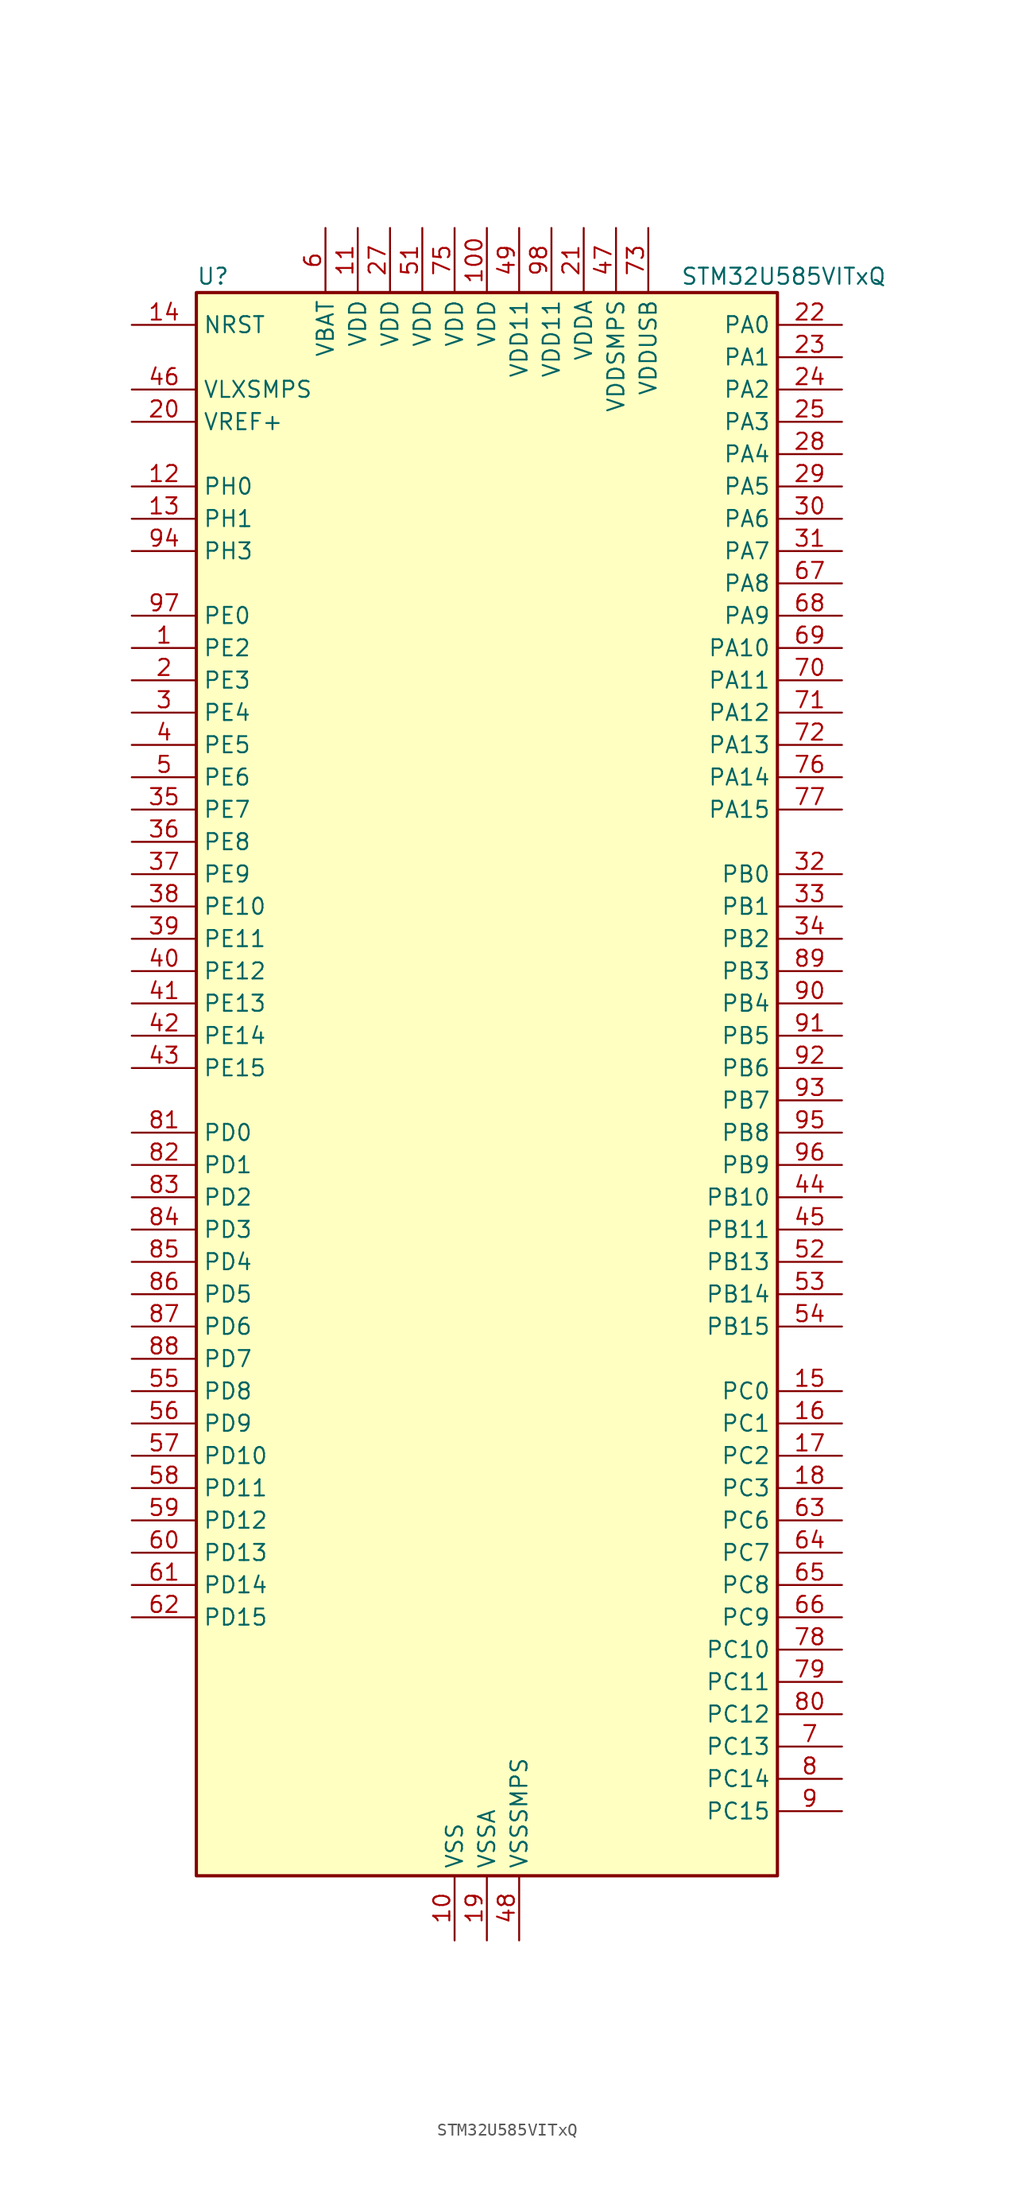
<source format=kicad_sym>
(kicad_symbol_lib
  (version 20220914)
  (generator kicad_symbol_editor)
  (symbol "STM32U585VITxQ"
    (property "Reference" "U"
      (at -22.86 64.77 0)
      (effects (font (size 1.27 1.27)) (justify left)))
    (property "Value" "STM32U585VITxQ"
      (at 15.24 64.77 0)
      (effects (font (size 1.27 1.27)) (justify left)))
    (property "ki_locked" ""
      (at 0 0 0)
      (effects (font (size 1.27 1.27))))
    (symbol "STM32U585VITxQ_0_1"
      (rectangle (start -22.86 -60.96) (end 22.86 63.5) (stroke (width 0.254) (type default)) (fill (type background))))
    (symbol "STM32U585VITxQ_1_1"
      (pin bidirectional line (at -27.94 35.56 0) (length 5.08) (name "PE2" (effects (font (size 1.27 1.27)))) (number "1" (effects (font (size 1.27 1.27)))) (alternate "DEBUG_TRACECLK" bidirectional line) (alternate "FMC_A23" bidirectional line) (alternate "SAI1_CK1" bidirectional line) (alternate "SAI1_MCLK_A" bidirectional line) (alternate "TIM3_ETR" bidirectional line) (alternate "TSC_G7_IO1" bidirectional line))
      (pin power_in line (at -2.54 -66.04 90) (length 5.08) (name "VSS" (effects (font (size 1.27 1.27)))) (number "10" (effects (font (size 1.27 1.27)))))
      (pin power_in line (at 0 68.58 270) (length 5.08) (name "VDD" (effects (font (size 1.27 1.27)))) (number "100" (effects (font (size 1.27 1.27)))))
      (pin power_in line (at -10.16 68.58 270) (length 5.08) (name "VDD" (effects (font (size 1.27 1.27)))) (number "11" (effects (font (size 1.27 1.27)))))
      (pin bidirectional line (at -27.94 48.26 0) (length 5.08) (name "PH0" (effects (font (size 1.27 1.27)))) (number "12" (effects (font (size 1.27 1.27)))) (alternate "RCC_OSC_IN" bidirectional line))
      (pin bidirectional line (at -27.94 45.72 0) (length 5.08) (name "PH1" (effects (font (size 1.27 1.27)))) (number "13" (effects (font (size 1.27 1.27)))) (alternate "RCC_OSC_OUT" bidirectional line))
      (pin input line (at -27.94 60.96 0) (length 5.08) (name "NRST" (effects (font (size 1.27 1.27)))) (number "14" (effects (font (size 1.27 1.27)))))
      (pin bidirectional line (at 27.94 -22.86 180) (length 5.08) (name "PC0" (effects (font (size 1.27 1.27)))) (number "15" (effects (font (size 1.27 1.27)))) (alternate "ADC1_IN1" bidirectional line) (alternate "ADC4_IN1" bidirectional line) (alternate "I2C3_SCL" bidirectional line) (alternate "LPTIM1_IN1" bidirectional line) (alternate "LPTIM2_IN1" bidirectional line) (alternate "LPUART1_RX" bidirectional line) (alternate "MDF1_SDI4" bidirectional line) (alternate "OCTOSPIM_P1_IO7" bidirectional line) (alternate "SAI2_FS_A" bidirectional line) (alternate "SDMMC1_D5" bidirectional line) (alternate "SPI2_RDY" bidirectional line))
      (pin bidirectional line (at 27.94 -25.4 180) (length 5.08) (name "PC1" (effects (font (size 1.27 1.27)))) (number "16" (effects (font (size 1.27 1.27)))) (alternate "ADC1_IN2" bidirectional line) (alternate "ADC4_IN2" bidirectional line) (alternate "DEBUG_TRACED0" bidirectional line) (alternate "I2C3_SDA" bidirectional line) (alternate "LPTIM1_CH1" bidirectional line) (alternate "LPUART1_TX" bidirectional line) (alternate "MDF1_CKI4" bidirectional line) (alternate "OCTOSPIM_P1_IO4" bidirectional line) (alternate "SAI1_SD_A" bidirectional line) (alternate "SDMMC2_CK" bidirectional line) (alternate "SPI2_MOSI" bidirectional line))
      (pin bidirectional line (at 27.94 -27.94 180) (length 5.08) (name "PC2" (effects (font (size 1.27 1.27)))) (number "17" (effects (font (size 1.27 1.27)))) (alternate "ADC1_IN3" bidirectional line) (alternate "ADC4_IN3" bidirectional line) (alternate "LPTIM1_IN2" bidirectional line) (alternate "MDF1_CCK1" bidirectional line) (alternate "OCTOSPIM_P1_IO5" bidirectional line) (alternate "SPI2_MISO" bidirectional line))
      (pin bidirectional line (at 27.94 -30.48 180) (length 5.08) (name "PC3" (effects (font (size 1.27 1.27)))) (number "18" (effects (font (size 1.27 1.27)))) (alternate "ADC1_IN4" bidirectional line) (alternate "ADC4_IN4" bidirectional line) (alternate "LPTIM1_ETR" bidirectional line) (alternate "LPTIM2_ETR" bidirectional line) (alternate "LPTIM3_CH1" bidirectional line) (alternate "OCTOSPIM_P1_IO6" bidirectional line) (alternate "SAI1_D1" bidirectional line) (alternate "SAI1_SD_A" bidirectional line) (alternate "SPI2_MOSI" bidirectional line))
      (pin power_in line (at 0 -66.04 90) (length 5.08) (name "VSSA" (effects (font (size 1.27 1.27)))) (number "19" (effects (font (size 1.27 1.27)))))
      (pin bidirectional line (at -27.94 33.02 0) (length 5.08) (name "PE3" (effects (font (size 1.27 1.27)))) (number "2" (effects (font (size 1.27 1.27)))) (alternate "DEBUG_TRACED0" bidirectional line) (alternate "FMC_A19" bidirectional line) (alternate "OCTOSPIM_P1_DQS" bidirectional line) (alternate "SAI1_SD_B" bidirectional line) (alternate "TAMP_IN6" bidirectional line) (alternate "TAMP_OUT3" bidirectional line) (alternate "TIM3_CH1" bidirectional line) (alternate "TSC_G7_IO2" bidirectional line))
      (pin input line (at -27.94 53.34 0) (length 5.08) (name "VREF+" (effects (font (size 1.27 1.27)))) (number "20" (effects (font (size 1.27 1.27)))) (alternate "VREFBUF_OUT" bidirectional line))
      (pin power_in line (at 7.62 68.58 270) (length 5.08) (name "VDDA" (effects (font (size 1.27 1.27)))) (number "21" (effects (font (size 1.27 1.27)))))
      (pin bidirectional line (at 27.94 60.96 180) (length 5.08) (name "PA0" (effects (font (size 1.27 1.27)))) (number "22" (effects (font (size 1.27 1.27)))) (alternate "ADC1_IN5" bidirectional line) (alternate "AUDIOCLK" bidirectional line) (alternate "OCTOSPIM_P2_NCS" bidirectional line) (alternate "OPAMP1_VINP" bidirectional line) (alternate "PWR_WKUP1" bidirectional line) (alternate "SDMMC2_CMD" bidirectional line) (alternate "SPI3_RDY" bidirectional line) (alternate "TAMP_IN2" bidirectional line) (alternate "TAMP_OUT1" bidirectional line) (alternate "TIM2_CH1" bidirectional line) (alternate "TIM2_ETR" bidirectional line) (alternate "TIM5_CH1" bidirectional line) (alternate "TIM8_ETR" bidirectional line) (alternate "UART4_TX" bidirectional line) (alternate "USART2_CTS" bidirectional line))
      (pin bidirectional line (at 27.94 58.42 180) (length 5.08) (name "PA1" (effects (font (size 1.27 1.27)))) (number "23" (effects (font (size 1.27 1.27)))) (alternate "ADC1_IN6" bidirectional line) (alternate "I2C1_SMBA" bidirectional line) (alternate "LPTIM1_CH2" bidirectional line) (alternate "OCTOSPIM_P1_DQS" bidirectional line) (alternate "OPAMP1_VINM" bidirectional line) (alternate "PWR_WKUP3" bidirectional line) (alternate "SPI1_SCK" bidirectional line) (alternate "TAMP_IN5" bidirectional line) (alternate "TAMP_OUT4" bidirectional line) (alternate "TIM15_CH1N" bidirectional line) (alternate "TIM2_CH2" bidirectional line) (alternate "TIM5_CH2" bidirectional line) (alternate "UART4_RX" bidirectional line) (alternate "USART2_DE" bidirectional line) (alternate "USART2_RTS" bidirectional line))
      (pin bidirectional line (at 27.94 55.88 180) (length 5.08) (name "PA2" (effects (font (size 1.27 1.27)))) (number "24" (effects (font (size 1.27 1.27)))) (alternate "ADC1_IN7" bidirectional line) (alternate "COMP1_INP" bidirectional line) (alternate "LPUART1_TX" bidirectional line) (alternate "OCTOSPIM_P1_NCS" bidirectional line) (alternate "PWR_WKUP4" bidirectional line) (alternate "RCC_LSCO" bidirectional line) (alternate "SPI1_RDY" bidirectional line) (alternate "TIM15_CH1" bidirectional line) (alternate "TIM2_CH3" bidirectional line) (alternate "TIM5_CH3" bidirectional line) (alternate "UCPD1_FRSTX1" bidirectional line) (alternate "USART2_TX" bidirectional line))
      (pin bidirectional line (at 27.94 53.34 180) (length 5.08) (name "PA3" (effects (font (size 1.27 1.27)))) (number "25" (effects (font (size 1.27 1.27)))) (alternate "ADC1_IN8" bidirectional line) (alternate "LPUART1_RX" bidirectional line) (alternate "OCTOSPIM_P1_CLK" bidirectional line) (alternate "OPAMP1_VOUT" bidirectional line) (alternate "PWR_WKUP5" bidirectional line) (alternate "SAI1_CK1" bidirectional line) (alternate "SAI1_MCLK_A" bidirectional line) (alternate "TIM15_CH2" bidirectional line) (alternate "TIM2_CH4" bidirectional line) (alternate "TIM5_CH4" bidirectional line) (alternate "USART2_RX" bidirectional line))
      (pin passive line (at -2.54 -66.04 90) (length 5.08) hide (name "VSS" (effects (font (size 1.27 1.27)))) (number "26" (effects (font (size 1.27 1.27)))))
      (pin power_in line (at -7.62 68.58 270) (length 5.08) (name "VDD" (effects (font (size 1.27 1.27)))) (number "27" (effects (font (size 1.27 1.27)))))
      (pin bidirectional line (at 27.94 50.8 180) (length 5.08) (name "PA4" (effects (font (size 1.27 1.27)))) (number "28" (effects (font (size 1.27 1.27)))) (alternate "ADC1_IN9" bidirectional line) (alternate "ADC4_IN9" bidirectional line) (alternate "DAC1_OUT1" bidirectional line) (alternate "DCMI_HSYNC" bidirectional line) (alternate "LPTIM2_CH1" bidirectional line) (alternate "OCTOSPIM_P1_NCS" bidirectional line) (alternate "PSSI_DE" bidirectional line) (alternate "PWR_WKUP2" bidirectional line) (alternate "SAI1_FS_B" bidirectional line) (alternate "SPI1_NSS" bidirectional line) (alternate "SPI3_NSS" bidirectional line) (alternate "USART2_CK" bidirectional line))
      (pin bidirectional line (at 27.94 48.26 180) (length 5.08) (name "PA5" (effects (font (size 1.27 1.27)))) (number "29" (effects (font (size 1.27 1.27)))) (alternate "ADC1_IN10" bidirectional line) (alternate "ADC4_IN10" bidirectional line) (alternate "DAC1_OUT2" bidirectional line) (alternate "LPTIM2_ETR" bidirectional line) (alternate "PSSI_D14" bidirectional line) (alternate "PWR_CSLEEP" bidirectional line) (alternate "PWR_WKUP6" bidirectional line) (alternate "SPI1_SCK" bidirectional line) (alternate "TIM2_CH1" bidirectional line) (alternate "TIM2_ETR" bidirectional line) (alternate "TIM8_CH1N" bidirectional line) (alternate "USART3_RX" bidirectional line))
      (pin bidirectional line (at -27.94 30.48 0) (length 5.08) (name "PE4" (effects (font (size 1.27 1.27)))) (number "3" (effects (font (size 1.27 1.27)))) (alternate "DCMI_D4" bidirectional line) (alternate "DEBUG_TRACED1" bidirectional line) (alternate "FMC_A20" bidirectional line) (alternate "MDF1_SDI3" bidirectional line) (alternate "PSSI_D4" bidirectional line) (alternate "PWR_WKUP1" bidirectional line) (alternate "SAI1_D2" bidirectional line) (alternate "SAI1_FS_A" bidirectional line) (alternate "TAMP_IN7" bidirectional line) (alternate "TAMP_OUT8" bidirectional line) (alternate "TIM3_CH2" bidirectional line) (alternate "TSC_G7_IO3" bidirectional line))
      (pin bidirectional line (at 27.94 45.72 180) (length 5.08) (name "PA6" (effects (font (size 1.27 1.27)))) (number "30" (effects (font (size 1.27 1.27)))) (alternate "ADC1_IN11" bidirectional line) (alternate "ADC4_IN11" bidirectional line) (alternate "DCMI_PIXCLK" bidirectional line) (alternate "LPUART1_CTS" bidirectional line) (alternate "OCTOSPIM_P1_IO3" bidirectional line) (alternate "OPAMP2_VINP" bidirectional line) (alternate "PSSI_PDCK" bidirectional line) (alternate "PWR_CDSTOP" bidirectional line) (alternate "PWR_WKUP7" bidirectional line) (alternate "SPI1_MISO" bidirectional line) (alternate "TIM16_CH1" bidirectional line) (alternate "TIM1_BKIN" bidirectional line) (alternate "TIM3_CH1" bidirectional line) (alternate "TIM8_BKIN" bidirectional line) (alternate "USART3_CTS" bidirectional line))
      (pin bidirectional line (at 27.94 43.18 180) (length 5.08) (name "PA7" (effects (font (size 1.27 1.27)))) (number "31" (effects (font (size 1.27 1.27)))) (alternate "ADC1_IN12" bidirectional line) (alternate "ADC4_IN20" bidirectional line) (alternate "I2C3_SCL" bidirectional line) (alternate "LPTIM2_CH2" bidirectional line) (alternate "OCTOSPIM_P1_IO2" bidirectional line) (alternate "OPAMP2_VINM" bidirectional line) (alternate "PWR_SRDSTOP" bidirectional line) (alternate "PWR_WKUP8" bidirectional line) (alternate "SPI1_MOSI" bidirectional line) (alternate "TIM17_CH1" bidirectional line) (alternate "TIM1_CH1N" bidirectional line) (alternate "TIM3_CH2" bidirectional line) (alternate "TIM8_CH1N" bidirectional line) (alternate "USART3_TX" bidirectional line))
      (pin bidirectional line (at 27.94 17.78 180) (length 5.08) (name "PB0" (effects (font (size 1.27 1.27)))) (number "32" (effects (font (size 1.27 1.27)))) (alternate "ADC1_IN15" bidirectional line) (alternate "ADC4_IN18" bidirectional line) (alternate "AUDIOCLK" bidirectional line) (alternate "COMP1_OUT" bidirectional line) (alternate "LPTIM3_CH1" bidirectional line) (alternate "OCTOSPIM_P1_IO1" bidirectional line) (alternate "OPAMP2_VOUT" bidirectional line) (alternate "SPI1_NSS" bidirectional line) (alternate "TIM1_CH2N" bidirectional line) (alternate "TIM3_CH3" bidirectional line) (alternate "TIM8_CH2N" bidirectional line) (alternate "USART3_CK" bidirectional line))
      (pin bidirectional line (at 27.94 15.24 180) (length 5.08) (name "PB1" (effects (font (size 1.27 1.27)))) (number "33" (effects (font (size 1.27 1.27)))) (alternate "ADC1_IN16" bidirectional line) (alternate "ADC4_IN19" bidirectional line) (alternate "COMP1_INM" bidirectional line) (alternate "LPTIM2_IN1" bidirectional line) (alternate "LPTIM3_CH2" bidirectional line) (alternate "LPUART1_DE" bidirectional line) (alternate "LPUART1_RTS" bidirectional line) (alternate "MDF1_SDI0" bidirectional line) (alternate "OCTOSPIM_P1_IO0" bidirectional line) (alternate "PWR_WKUP4" bidirectional line) (alternate "TIM1_CH3N" bidirectional line) (alternate "TIM3_CH4" bidirectional line) (alternate "TIM8_CH3N" bidirectional line) (alternate "USART3_DE" bidirectional line) (alternate "USART3_RTS" bidirectional line))
      (pin bidirectional line (at 27.94 12.7 180) (length 5.08) (name "PB2" (effects (font (size 1.27 1.27)))) (number "34" (effects (font (size 1.27 1.27)))) (alternate "ADC1_IN17" bidirectional line) (alternate "COMP1_INP" bidirectional line) (alternate "I2C3_SMBA" bidirectional line) (alternate "LPTIM1_CH1" bidirectional line) (alternate "MDF1_CKI0" bidirectional line) (alternate "OCTOSPIM_P1_DQS" bidirectional line) (alternate "PWR_WKUP1" bidirectional line) (alternate "RTC_OUT2" bidirectional line) (alternate "SPI1_RDY" bidirectional line) (alternate "TIM8_CH4N" bidirectional line) (alternate "UCPD1_FRSTX1" bidirectional line))
      (pin bidirectional line (at -27.94 22.86 0) (length 5.08) (name "PE7" (effects (font (size 1.27 1.27)))) (number "35" (effects (font (size 1.27 1.27)))) (alternate "FMC_D4" bidirectional line) (alternate "FMC_DA4" bidirectional line) (alternate "MDF1_SDI2" bidirectional line) (alternate "PWR_WKUP6" bidirectional line) (alternate "SAI1_SD_B" bidirectional line) (alternate "TIM1_ETR" bidirectional line))
      (pin bidirectional line (at -27.94 20.32 0) (length 5.08) (name "PE8" (effects (font (size 1.27 1.27)))) (number "36" (effects (font (size 1.27 1.27)))) (alternate "FMC_D5" bidirectional line) (alternate "FMC_DA5" bidirectional line) (alternate "MDF1_CKI2" bidirectional line) (alternate "PWR_WKUP7" bidirectional line) (alternate "SAI1_SCK_B" bidirectional line) (alternate "TIM1_CH1N" bidirectional line))
      (pin bidirectional line (at -27.94 17.78 0) (length 5.08) (name "PE9" (effects (font (size 1.27 1.27)))) (number "37" (effects (font (size 1.27 1.27)))) (alternate "ADF1_CCK0" bidirectional line) (alternate "DAC1_EXTI9" bidirectional line) (alternate "FMC_D6" bidirectional line) (alternate "FMC_DA6" bidirectional line) (alternate "MDF1_CCK0" bidirectional line) (alternate "OCTOSPIM_P1_NCLK" bidirectional line) (alternate "SAI1_FS_B" bidirectional line) (alternate "TIM1_CH1" bidirectional line))
      (pin bidirectional line (at -27.94 15.24 0) (length 5.08) (name "PE10" (effects (font (size 1.27 1.27)))) (number "38" (effects (font (size 1.27 1.27)))) (alternate "ADF1_SDI0" bidirectional line) (alternate "FMC_D7" bidirectional line) (alternate "FMC_DA7" bidirectional line) (alternate "MDF1_SDI4" bidirectional line) (alternate "OCTOSPIM_P1_CLK" bidirectional line) (alternate "SAI1_MCLK_B" bidirectional line) (alternate "TIM1_CH2N" bidirectional line) (alternate "TSC_G5_IO1" bidirectional line))
      (pin bidirectional line (at -27.94 12.7 0) (length 5.08) (name "PE11" (effects (font (size 1.27 1.27)))) (number "39" (effects (font (size 1.27 1.27)))) (alternate "ADC1_EXTI11" bidirectional line) (alternate "FMC_D8" bidirectional line) (alternate "FMC_DA8" bidirectional line) (alternate "MDF1_CKI4" bidirectional line) (alternate "OCTOSPIM_P1_NCS" bidirectional line) (alternate "SPI1_RDY" bidirectional line) (alternate "TIM1_CH2" bidirectional line) (alternate "TSC_G5_IO2" bidirectional line))
      (pin bidirectional line (at -27.94 27.94 0) (length 5.08) (name "PE5" (effects (font (size 1.27 1.27)))) (number "4" (effects (font (size 1.27 1.27)))) (alternate "DCMI_D6" bidirectional line) (alternate "DEBUG_TRACED2" bidirectional line) (alternate "FMC_A21" bidirectional line) (alternate "MDF1_CKI3" bidirectional line) (alternate "PSSI_D6" bidirectional line) (alternate "PWR_WKUP2" bidirectional line) (alternate "SAI1_CK2" bidirectional line) (alternate "SAI1_SCK_A" bidirectional line) (alternate "TAMP_IN8" bidirectional line) (alternate "TAMP_OUT7" bidirectional line) (alternate "TIM3_CH3" bidirectional line) (alternate "TSC_G7_IO4" bidirectional line))
      (pin bidirectional line (at -27.94 10.16 0) (length 5.08) (name "PE12" (effects (font (size 1.27 1.27)))) (number "40" (effects (font (size 1.27 1.27)))) (alternate "FMC_D9" bidirectional line) (alternate "FMC_DA9" bidirectional line) (alternate "MDF1_SDI5" bidirectional line) (alternate "OCTOSPIM_P1_IO0" bidirectional line) (alternate "SPI1_NSS" bidirectional line) (alternate "TIM1_CH3N" bidirectional line) (alternate "TSC_G5_IO3" bidirectional line))
      (pin bidirectional line (at -27.94 7.62 0) (length 5.08) (name "PE13" (effects (font (size 1.27 1.27)))) (number "41" (effects (font (size 1.27 1.27)))) (alternate "FMC_D10" bidirectional line) (alternate "FMC_DA10" bidirectional line) (alternate "MDF1_CKI5" bidirectional line) (alternate "OCTOSPIM_P1_IO1" bidirectional line) (alternate "SPI1_SCK" bidirectional line) (alternate "TIM1_CH3" bidirectional line) (alternate "TSC_G5_IO4" bidirectional line))
      (pin bidirectional line (at -27.94 5.08 0) (length 5.08) (name "PE14" (effects (font (size 1.27 1.27)))) (number "42" (effects (font (size 1.27 1.27)))) (alternate "FMC_D11" bidirectional line) (alternate "FMC_DA11" bidirectional line) (alternate "OCTOSPIM_P1_IO2" bidirectional line) (alternate "SPI1_MISO" bidirectional line) (alternate "TIM1_BKIN2" bidirectional line) (alternate "TIM1_CH4" bidirectional line))
      (pin bidirectional line (at -27.94 2.54 0) (length 5.08) (name "PE15" (effects (font (size 1.27 1.27)))) (number "43" (effects (font (size 1.27 1.27)))) (alternate "ADC1_EXTI15" bidirectional line) (alternate "ADC4_EXTI15" bidirectional line) (alternate "FMC_D12" bidirectional line) (alternate "FMC_DA12" bidirectional line) (alternate "OCTOSPIM_P1_IO3" bidirectional line) (alternate "SPI1_MOSI" bidirectional line) (alternate "TIM1_BKIN" bidirectional line) (alternate "TIM1_CH4N" bidirectional line))
      (pin bidirectional line (at 27.94 -7.62 180) (length 5.08) (name "PB10" (effects (font (size 1.27 1.27)))) (number "44" (effects (font (size 1.27 1.27)))) (alternate "COMP1_OUT" bidirectional line) (alternate "I2C2_SCL" bidirectional line) (alternate "I2C4_SCL" bidirectional line) (alternate "LPTIM3_CH1" bidirectional line) (alternate "LPUART1_RX" bidirectional line) (alternate "OCTOSPIM_P1_CLK" bidirectional line) (alternate "PWR_WKUP8" bidirectional line) (alternate "SAI1_SCK_A" bidirectional line) (alternate "SPI2_SCK" bidirectional line) (alternate "TIM2_CH3" bidirectional line) (alternate "TSC_SYNC" bidirectional line) (alternate "USART3_TX" bidirectional line))
      (pin bidirectional line (at 27.94 -10.16 180) (length 5.08) (name "PB11" (effects (font (size 1.27 1.27)))) (number "45" (effects (font (size 1.27 1.27)))) (alternate "ADC1_EXTI11" bidirectional line) (alternate "COMP2_OUT" bidirectional line) (alternate "I2C2_SDA" bidirectional line) (alternate "I2C4_SDA" bidirectional line) (alternate "LPUART1_TX" bidirectional line) (alternate "OCTOSPIM_P1_NCS" bidirectional line) (alternate "SPI2_RDY" bidirectional line) (alternate "TIM2_CH4" bidirectional line) (alternate "USART3_RX" bidirectional line))
      (pin power_in line (at -27.94 55.88 0) (length 5.08) (name "VLXSMPS" (effects (font (size 1.27 1.27)))) (number "46" (effects (font (size 1.27 1.27)))))
      (pin power_in line (at 10.16 68.58 270) (length 5.08) (name "VDDSMPS" (effects (font (size 1.27 1.27)))) (number "47" (effects (font (size 1.27 1.27)))))
      (pin power_in line (at 2.54 -66.04 90) (length 5.08) (name "VSSSMPS" (effects (font (size 1.27 1.27)))) (number "48" (effects (font (size 1.27 1.27)))))
      (pin power_in line (at 2.54 68.58 270) (length 5.08) (name "VDD11" (effects (font (size 1.27 1.27)))) (number "49" (effects (font (size 1.27 1.27)))))
      (pin bidirectional line (at -27.94 25.4 0) (length 5.08) (name "PE6" (effects (font (size 1.27 1.27)))) (number "5" (effects (font (size 1.27 1.27)))) (alternate "DCMI_D7" bidirectional line) (alternate "DEBUG_TRACED3" bidirectional line) (alternate "FMC_A22" bidirectional line) (alternate "PSSI_D7" bidirectional line) (alternate "PWR_WKUP3" bidirectional line) (alternate "SAI1_D1" bidirectional line) (alternate "SAI1_SD_A" bidirectional line) (alternate "TAMP_IN3" bidirectional line) (alternate "TAMP_OUT6" bidirectional line) (alternate "TIM3_CH4" bidirectional line))
      (pin passive line (at -2.54 -66.04 90) (length 5.08) hide (name "VSS" (effects (font (size 1.27 1.27)))) (number "50" (effects (font (size 1.27 1.27)))))
      (pin power_in line (at -5.08 68.58 270) (length 5.08) (name "VDD" (effects (font (size 1.27 1.27)))) (number "51" (effects (font (size 1.27 1.27)))))
      (pin bidirectional line (at 27.94 -12.7 180) (length 5.08) (name "PB13" (effects (font (size 1.27 1.27)))) (number "52" (effects (font (size 1.27 1.27)))) (alternate "I2C2_SCL" bidirectional line) (alternate "LPTIM3_IN1" bidirectional line) (alternate "LPUART1_CTS" bidirectional line) (alternate "MDF1_CKI1" bidirectional line) (alternate "SAI2_SCK_A" bidirectional line) (alternate "SPI2_SCK" bidirectional line) (alternate "TIM15_CH1N" bidirectional line) (alternate "TIM1_CH1N" bidirectional line) (alternate "TSC_G1_IO2" bidirectional line) (alternate "USART3_CTS" bidirectional line))
      (pin bidirectional line (at 27.94 -15.24 180) (length 5.08) (name "PB14" (effects (font (size 1.27 1.27)))) (number "53" (effects (font (size 1.27 1.27)))) (alternate "I2C2_SDA" bidirectional line) (alternate "LPTIM3_ETR" bidirectional line) (alternate "MDF1_SDI2" bidirectional line) (alternate "SAI2_MCLK_A" bidirectional line) (alternate "SDMMC2_D0" bidirectional line) (alternate "SPI2_MISO" bidirectional line) (alternate "TIM15_CH1" bidirectional line) (alternate "TIM1_CH2N" bidirectional line) (alternate "TIM8_CH2N" bidirectional line) (alternate "TSC_G1_IO3" bidirectional line) (alternate "UCPD1_DBCC2" bidirectional line) (alternate "USART3_DE" bidirectional line) (alternate "USART3_RTS" bidirectional line))
      (pin bidirectional line (at 27.94 -17.78 180) (length 5.08) (name "PB15" (effects (font (size 1.27 1.27)))) (number "54" (effects (font (size 1.27 1.27)))) (alternate "ADC1_EXTI15" bidirectional line) (alternate "ADC4_EXTI15" bidirectional line) (alternate "FMC_NBL1" bidirectional line) (alternate "LPTIM2_IN2" bidirectional line) (alternate "MDF1_CKI2" bidirectional line) (alternate "PWR_WKUP7" bidirectional line) (alternate "RTC_REFIN" bidirectional line) (alternate "SAI2_SD_A" bidirectional line) (alternate "SDMMC2_D1" bidirectional line) (alternate "SPI2_MOSI" bidirectional line) (alternate "TIM15_CH2" bidirectional line) (alternate "TIM1_CH3N" bidirectional line) (alternate "TIM8_CH3N" bidirectional line) (alternate "UCPD1_CC2" bidirectional line))
      (pin bidirectional line (at -27.94 -22.86 0) (length 5.08) (name "PD8" (effects (font (size 1.27 1.27)))) (number "55" (effects (font (size 1.27 1.27)))) (alternate "DCMI_HSYNC" bidirectional line) (alternate "FMC_D13" bidirectional line) (alternate "FMC_DA13" bidirectional line) (alternate "PSSI_DE" bidirectional line) (alternate "USART3_TX" bidirectional line))
      (pin bidirectional line (at -27.94 -25.4 0) (length 5.08) (name "PD9" (effects (font (size 1.27 1.27)))) (number "56" (effects (font (size 1.27 1.27)))) (alternate "DAC1_EXTI9" bidirectional line) (alternate "DCMI_PIXCLK" bidirectional line) (alternate "FMC_D14" bidirectional line) (alternate "FMC_DA14" bidirectional line) (alternate "LPTIM2_IN2" bidirectional line) (alternate "LPTIM3_IN1" bidirectional line) (alternate "PSSI_PDCK" bidirectional line) (alternate "SAI2_MCLK_A" bidirectional line) (alternate "USART3_RX" bidirectional line))
      (pin bidirectional line (at -27.94 -27.94 0) (length 5.08) (name "PD10" (effects (font (size 1.27 1.27)))) (number "57" (effects (font (size 1.27 1.27)))) (alternate "FMC_D15" bidirectional line) (alternate "FMC_DA15" bidirectional line) (alternate "LPTIM2_CH2" bidirectional line) (alternate "LPTIM3_ETR" bidirectional line) (alternate "SAI2_SCK_A" bidirectional line) (alternate "TSC_G6_IO1" bidirectional line) (alternate "USART3_CK" bidirectional line))
      (pin bidirectional line (at -27.94 -30.48 0) (length 5.08) (name "PD11" (effects (font (size 1.27 1.27)))) (number "58" (effects (font (size 1.27 1.27)))) (alternate "ADC1_EXTI11" bidirectional line) (alternate "ADC4_IN15" bidirectional line) (alternate "FMC_A16" bidirectional line) (alternate "FMC_CLE" bidirectional line) (alternate "I2C4_SMBA" bidirectional line) (alternate "LPTIM2_ETR" bidirectional line) (alternate "SAI2_SD_A" bidirectional line) (alternate "TSC_G6_IO2" bidirectional line) (alternate "USART3_CTS" bidirectional line))
      (pin bidirectional line (at -27.94 -33.02 0) (length 5.08) (name "PD12" (effects (font (size 1.27 1.27)))) (number "59" (effects (font (size 1.27 1.27)))) (alternate "ADC4_IN16" bidirectional line) (alternate "FMC_A17" bidirectional line) (alternate "FMC_ALE" bidirectional line) (alternate "I2C4_SCL" bidirectional line) (alternate "LPTIM2_IN1" bidirectional line) (alternate "SAI2_FS_A" bidirectional line) (alternate "TIM4_CH1" bidirectional line) (alternate "TSC_G6_IO3" bidirectional line) (alternate "USART3_DE" bidirectional line) (alternate "USART3_RTS" bidirectional line))
      (pin power_in line (at -12.7 68.58 270) (length 5.08) (name "VBAT" (effects (font (size 1.27 1.27)))) (number "6" (effects (font (size 1.27 1.27)))))
      (pin bidirectional line (at -27.94 -35.56 0) (length 5.08) (name "PD13" (effects (font (size 1.27 1.27)))) (number "60" (effects (font (size 1.27 1.27)))) (alternate "ADC4_IN17" bidirectional line) (alternate "FMC_A18" bidirectional line) (alternate "I2C4_SDA" bidirectional line) (alternate "LPTIM2_CH1" bidirectional line) (alternate "LPTIM4_IN1" bidirectional line) (alternate "TIM4_CH2" bidirectional line) (alternate "TSC_G6_IO4" bidirectional line))
      (pin bidirectional line (at -27.94 -38.1 0) (length 5.08) (name "PD14" (effects (font (size 1.27 1.27)))) (number "61" (effects (font (size 1.27 1.27)))) (alternate "FMC_D0" bidirectional line) (alternate "FMC_DA0" bidirectional line) (alternate "LPTIM3_CH1" bidirectional line) (alternate "TIM4_CH3" bidirectional line))
      (pin bidirectional line (at -27.94 -40.64 0) (length 5.08) (name "PD15" (effects (font (size 1.27 1.27)))) (number "62" (effects (font (size 1.27 1.27)))) (alternate "ADC1_EXTI15" bidirectional line) (alternate "ADC4_EXTI15" bidirectional line) (alternate "FMC_D1" bidirectional line) (alternate "FMC_DA1" bidirectional line) (alternate "LPTIM3_CH2" bidirectional line) (alternate "TIM4_CH4" bidirectional line))
      (pin bidirectional line (at 27.94 -33.02 180) (length 5.08) (name "PC6" (effects (font (size 1.27 1.27)))) (number "63" (effects (font (size 1.27 1.27)))) (alternate "DCMI_D0" bidirectional line) (alternate "MDF1_CKI3" bidirectional line) (alternate "PSSI_D0" bidirectional line) (alternate "PWR_CSLEEP" bidirectional line) (alternate "SAI2_MCLK_A" bidirectional line) (alternate "SDMMC1_D0DIR" bidirectional line) (alternate "SDMMC1_D6" bidirectional line) (alternate "SDMMC2_D6" bidirectional line) (alternate "TIM3_CH1" bidirectional line) (alternate "TIM8_CH1" bidirectional line) (alternate "TSC_G4_IO1" bidirectional line))
      (pin bidirectional line (at 27.94 -35.56 180) (length 5.08) (name "PC7" (effects (font (size 1.27 1.27)))) (number "64" (effects (font (size 1.27 1.27)))) (alternate "DCMI_D1" bidirectional line) (alternate "LPTIM2_CH2" bidirectional line) (alternate "MDF1_SDI3" bidirectional line) (alternate "PSSI_D1" bidirectional line) (alternate "PWR_CDSTOP" bidirectional line) (alternate "SAI2_MCLK_B" bidirectional line) (alternate "SDMMC1_D123DIR" bidirectional line) (alternate "SDMMC1_D7" bidirectional line) (alternate "SDMMC2_D7" bidirectional line) (alternate "TIM3_CH2" bidirectional line) (alternate "TIM8_CH2" bidirectional line) (alternate "TSC_G4_IO2" bidirectional line))
      (pin bidirectional line (at 27.94 -38.1 180) (length 5.08) (name "PC8" (effects (font (size 1.27 1.27)))) (number "65" (effects (font (size 1.27 1.27)))) (alternate "DCMI_D2" bidirectional line) (alternate "LPTIM3_CH1" bidirectional line) (alternate "PSSI_D2" bidirectional line) (alternate "PWR_SRDSTOP" bidirectional line) (alternate "SDMMC1_D0" bidirectional line) (alternate "TIM3_CH3" bidirectional line) (alternate "TIM8_CH3" bidirectional line) (alternate "TSC_G4_IO3" bidirectional line))
      (pin bidirectional line (at 27.94 -40.64 180) (length 5.08) (name "PC9" (effects (font (size 1.27 1.27)))) (number "66" (effects (font (size 1.27 1.27)))) (alternate "DAC1_EXTI9" bidirectional line) (alternate "DCMI_D3" bidirectional line) (alternate "DEBUG_TRACED0" bidirectional line) (alternate "LPTIM3_CH2" bidirectional line) (alternate "PSSI_D3" bidirectional line) (alternate "SDMMC1_D1" bidirectional line) (alternate "TIM3_CH4" bidirectional line) (alternate "TIM8_BKIN2" bidirectional line) (alternate "TIM8_CH4" bidirectional line) (alternate "TSC_G4_IO4" bidirectional line) (alternate "USB_OTG_FS_NOE" bidirectional line))
      (pin bidirectional line (at 27.94 40.64 180) (length 5.08) (name "PA8" (effects (font (size 1.27 1.27)))) (number "67" (effects (font (size 1.27 1.27)))) (alternate "DEBUG_TRACECLK" bidirectional line) (alternate "LPTIM2_CH1" bidirectional line) (alternate "RCC_MCO" bidirectional line) (alternate "SAI1_CK2" bidirectional line) (alternate "SAI1_SCK_A" bidirectional line) (alternate "SPI1_RDY" bidirectional line) (alternate "TIM1_CH1" bidirectional line) (alternate "USART1_CK" bidirectional line) (alternate "USB_OTG_FS_SOF" bidirectional line))
      (pin bidirectional line (at 27.94 38.1 180) (length 5.08) (name "PA9" (effects (font (size 1.27 1.27)))) (number "68" (effects (font (size 1.27 1.27)))) (alternate "DAC1_EXTI9" bidirectional line) (alternate "DCMI_D0" bidirectional line) (alternate "PSSI_D0" bidirectional line) (alternate "SAI1_FS_A" bidirectional line) (alternate "SPI2_SCK" bidirectional line) (alternate "TIM15_BKIN" bidirectional line) (alternate "TIM1_CH2" bidirectional line) (alternate "USART1_TX" bidirectional line) (alternate "USB_OTG_FS_VBUS" bidirectional line))
      (pin bidirectional line (at 27.94 35.56 180) (length 5.08) (name "PA10" (effects (font (size 1.27 1.27)))) (number "69" (effects (font (size 1.27 1.27)))) (alternate "CRS_SYNC" bidirectional line) (alternate "DCMI_D1" bidirectional line) (alternate "LPTIM2_IN2" bidirectional line) (alternate "PSSI_D1" bidirectional line) (alternate "SAI1_D1" bidirectional line) (alternate "SAI1_SD_A" bidirectional line) (alternate "TIM17_BKIN" bidirectional line) (alternate "TIM1_CH3" bidirectional line) (alternate "USART1_RX" bidirectional line) (alternate "USB_OTG_FS_ID" bidirectional line))
      (pin bidirectional line (at 27.94 -50.8 180) (length 5.08) (name "PC13" (effects (font (size 1.27 1.27)))) (number "7" (effects (font (size 1.27 1.27)))) (alternate "PWR_WKUP2" bidirectional line) (alternate "RTC_OUT1" bidirectional line) (alternate "RTC_TS" bidirectional line) (alternate "TAMP_IN1" bidirectional line) (alternate "TAMP_OUT2" bidirectional line))
      (pin bidirectional line (at 27.94 33.02 180) (length 5.08) (name "PA11" (effects (font (size 1.27 1.27)))) (number "70" (effects (font (size 1.27 1.27)))) (alternate "ADC1_EXTI11" bidirectional line) (alternate "FDCAN1_RX" bidirectional line) (alternate "SPI1_MISO" bidirectional line) (alternate "TIM1_BKIN2" bidirectional line) (alternate "TIM1_CH4" bidirectional line) (alternate "USART1_CTS" bidirectional line) (alternate "USB_OTG_FS_DM" bidirectional line))
      (pin bidirectional line (at 27.94 30.48 180) (length 5.08) (name "PA12" (effects (font (size 1.27 1.27)))) (number "71" (effects (font (size 1.27 1.27)))) (alternate "FDCAN1_TX" bidirectional line) (alternate "OCTOSPIM_P2_NCS" bidirectional line) (alternate "SPI1_MOSI" bidirectional line) (alternate "TIM1_ETR" bidirectional line) (alternate "USART1_DE" bidirectional line) (alternate "USART1_RTS" bidirectional line) (alternate "USB_OTG_FS_DP" bidirectional line))
      (pin bidirectional line (at 27.94 27.94 180) (length 5.08) (name "PA13" (effects (font (size 1.27 1.27)))) (number "72" (effects (font (size 1.27 1.27)))) (alternate "DEBUG_JTMS-SWDIO" bidirectional line) (alternate "IR_OUT" bidirectional line) (alternate "SAI1_SD_B" bidirectional line) (alternate "USB_OTG_FS_NOE" bidirectional line))
      (pin power_in line (at 12.7 68.58 270) (length 5.08) (name "VDDUSB" (effects (font (size 1.27 1.27)))) (number "73" (effects (font (size 1.27 1.27)))))
      (pin passive line (at -2.54 -66.04 90) (length 5.08) hide (name "VSS" (effects (font (size 1.27 1.27)))) (number "74" (effects (font (size 1.27 1.27)))))
      (pin power_in line (at -2.54 68.58 270) (length 5.08) (name "VDD" (effects (font (size 1.27 1.27)))) (number "75" (effects (font (size 1.27 1.27)))))
      (pin bidirectional line (at 27.94 25.4 180) (length 5.08) (name "PA14" (effects (font (size 1.27 1.27)))) (number "76" (effects (font (size 1.27 1.27)))) (alternate "DEBUG_JTCK-SWCLK" bidirectional line) (alternate "I2C1_SMBA" bidirectional line) (alternate "I2C4_SMBA" bidirectional line) (alternate "LPTIM1_CH1" bidirectional line) (alternate "SAI1_FS_B" bidirectional line) (alternate "USB_OTG_FS_SOF" bidirectional line))
      (pin bidirectional line (at 27.94 22.86 180) (length 5.08) (name "PA15" (effects (font (size 1.27 1.27)))) (number "77" (effects (font (size 1.27 1.27)))) (alternate "ADC1_EXTI15" bidirectional line) (alternate "ADC4_EXTI15" bidirectional line) (alternate "DEBUG_JTDI" bidirectional line) (alternate "SAI2_FS_B" bidirectional line) (alternate "SPI1_NSS" bidirectional line) (alternate "SPI3_NSS" bidirectional line) (alternate "TIM2_CH1" bidirectional line) (alternate "TIM2_ETR" bidirectional line) (alternate "UART4_DE" bidirectional line) (alternate "UART4_RTS" bidirectional line) (alternate "UCPD1_CC1" bidirectional line) (alternate "USART2_RX" bidirectional line) (alternate "USART3_DE" bidirectional line) (alternate "USART3_RTS" bidirectional line))
      (pin bidirectional line (at 27.94 -43.18 180) (length 5.08) (name "PC10" (effects (font (size 1.27 1.27)))) (number "78" (effects (font (size 1.27 1.27)))) (alternate "ADF1_CCK1" bidirectional line) (alternate "DCMI_D8" bidirectional line) (alternate "DEBUG_TRACED1" bidirectional line) (alternate "LPTIM3_ETR" bidirectional line) (alternate "PSSI_D8" bidirectional line) (alternate "SAI2_SCK_B" bidirectional line) (alternate "SDMMC1_D2" bidirectional line) (alternate "SPI3_SCK" bidirectional line) (alternate "TSC_G3_IO2" bidirectional line) (alternate "UART4_TX" bidirectional line) (alternate "USART3_TX" bidirectional line))
      (pin bidirectional line (at 27.94 -45.72 180) (length 5.08) (name "PC11" (effects (font (size 1.27 1.27)))) (number "79" (effects (font (size 1.27 1.27)))) (alternate "ADC1_EXTI11" bidirectional line) (alternate "ADF1_SDI0" bidirectional line) (alternate "DCMI_D2" bidirectional line) (alternate "DCMI_D4" bidirectional line) (alternate "LPTIM3_IN1" bidirectional line) (alternate "OCTOSPIM_P1_NCS" bidirectional line) (alternate "PSSI_D2" bidirectional line) (alternate "PSSI_D4" bidirectional line) (alternate "SAI2_MCLK_B" bidirectional line) (alternate "SDMMC1_D3" bidirectional line) (alternate "SPI3_MISO" bidirectional line) (alternate "TSC_G3_IO3" bidirectional line) (alternate "UART4_RX" bidirectional line) (alternate "UCPD1_FRSTX2" bidirectional line) (alternate "USART3_RX" bidirectional line))
      (pin bidirectional line (at 27.94 -53.34 180) (length 5.08) (name "PC14" (effects (font (size 1.27 1.27)))) (number "8" (effects (font (size 1.27 1.27)))) (alternate "RCC_OSC32_IN" bidirectional line))
      (pin bidirectional line (at 27.94 -48.26 180) (length 5.08) (name "PC12" (effects (font (size 1.27 1.27)))) (number "80" (effects (font (size 1.27 1.27)))) (alternate "DCMI_D9" bidirectional line) (alternate "DEBUG_TRACED3" bidirectional line) (alternate "PSSI_D9" bidirectional line) (alternate "SAI2_SD_B" bidirectional line) (alternate "SDMMC1_CK" bidirectional line) (alternate "SPI3_MOSI" bidirectional line) (alternate "TSC_G3_IO4" bidirectional line) (alternate "UART5_TX" bidirectional line) (alternate "USART3_CK" bidirectional line))
      (pin bidirectional line (at -27.94 -2.54 0) (length 5.08) (name "PD0" (effects (font (size 1.27 1.27)))) (number "81" (effects (font (size 1.27 1.27)))) (alternate "FDCAN1_RX" bidirectional line) (alternate "FMC_D2" bidirectional line) (alternate "FMC_DA2" bidirectional line) (alternate "SPI2_NSS" bidirectional line) (alternate "TIM8_CH4N" bidirectional line))
      (pin bidirectional line (at -27.94 -5.08 0) (length 5.08) (name "PD1" (effects (font (size 1.27 1.27)))) (number "82" (effects (font (size 1.27 1.27)))) (alternate "FDCAN1_TX" bidirectional line) (alternate "FMC_D3" bidirectional line) (alternate "FMC_DA3" bidirectional line) (alternate "SPI2_SCK" bidirectional line))
      (pin bidirectional line (at -27.94 -7.62 0) (length 5.08) (name "PD2" (effects (font (size 1.27 1.27)))) (number "83" (effects (font (size 1.27 1.27)))) (alternate "DCMI_D11" bidirectional line) (alternate "DEBUG_TRACED2" bidirectional line) (alternate "LPTIM4_ETR" bidirectional line) (alternate "PSSI_D11" bidirectional line) (alternate "SDMMC1_CMD" bidirectional line) (alternate "TIM3_ETR" bidirectional line) (alternate "TSC_SYNC" bidirectional line) (alternate "UART5_RX" bidirectional line) (alternate "USART3_DE" bidirectional line) (alternate "USART3_RTS" bidirectional line))
      (pin bidirectional line (at -27.94 -10.16 0) (length 5.08) (name "PD3" (effects (font (size 1.27 1.27)))) (number "84" (effects (font (size 1.27 1.27)))) (alternate "DCMI_D5" bidirectional line) (alternate "FMC_CLK" bidirectional line) (alternate "MDF1_SDI0" bidirectional line) (alternate "OCTOSPIM_P2_NCS" bidirectional line) (alternate "PSSI_D5" bidirectional line) (alternate "SPI2_MISO" bidirectional line) (alternate "SPI2_SCK" bidirectional line) (alternate "USART2_CTS" bidirectional line))
      (pin bidirectional line (at -27.94 -12.7 0) (length 5.08) (name "PD4" (effects (font (size 1.27 1.27)))) (number "85" (effects (font (size 1.27 1.27)))) (alternate "FMC_NOE" bidirectional line) (alternate "MDF1_CKI0" bidirectional line) (alternate "OCTOSPIM_P1_IO4" bidirectional line) (alternate "SPI2_MOSI" bidirectional line) (alternate "USART2_DE" bidirectional line) (alternate "USART2_RTS" bidirectional line))
      (pin bidirectional line (at -27.94 -15.24 0) (length 5.08) (name "PD5" (effects (font (size 1.27 1.27)))) (number "86" (effects (font (size 1.27 1.27)))) (alternate "FMC_NWE" bidirectional line) (alternate "OCTOSPIM_P1_IO5" bidirectional line) (alternate "SPI2_RDY" bidirectional line) (alternate "USART2_TX" bidirectional line))
      (pin bidirectional line (at -27.94 -17.78 0) (length 5.08) (name "PD6" (effects (font (size 1.27 1.27)))) (number "87" (effects (font (size 1.27 1.27)))) (alternate "DCMI_D10" bidirectional line) (alternate "FMC_NWAIT" bidirectional line) (alternate "MDF1_SDI1" bidirectional line) (alternate "OCTOSPIM_P1_IO6" bidirectional line) (alternate "PSSI_D10" bidirectional line) (alternate "SAI1_D1" bidirectional line) (alternate "SAI1_SD_A" bidirectional line) (alternate "SDMMC2_CK" bidirectional line) (alternate "SPI3_MOSI" bidirectional line) (alternate "USART2_RX" bidirectional line))
      (pin bidirectional line (at -27.94 -20.32 0) (length 5.08) (name "PD7" (effects (font (size 1.27 1.27)))) (number "88" (effects (font (size 1.27 1.27)))) (alternate "FMC_NCE" bidirectional line) (alternate "FMC_NE1" bidirectional line) (alternate "LPTIM4_OUT" bidirectional line) (alternate "MDF1_CKI1" bidirectional line) (alternate "OCTOSPIM_P1_IO7" bidirectional line) (alternate "SDMMC2_CMD" bidirectional line) (alternate "USART2_CK" bidirectional line))
      (pin bidirectional line (at 27.94 10.16 180) (length 5.08) (name "PB3" (effects (font (size 1.27 1.27)))) (number "89" (effects (font (size 1.27 1.27)))) (alternate "ADF1_CCK0" bidirectional line) (alternate "COMP2_INM" bidirectional line) (alternate "CRS_SYNC" bidirectional line) (alternate "DEBUG_JTDO-SWO" bidirectional line) (alternate "I2C1_SDA" bidirectional line) (alternate "LPTIM1_CH1" bidirectional line) (alternate "SAI1_SCK_B" bidirectional line) (alternate "SDMMC2_D2" bidirectional line) (alternate "SPI1_SCK" bidirectional line) (alternate "SPI3_SCK" bidirectional line) (alternate "TIM2_CH2" bidirectional line) (alternate "USART1_DE" bidirectional line) (alternate "USART1_RTS" bidirectional line))
      (pin bidirectional line (at 27.94 -55.88 180) (length 5.08) (name "PC15" (effects (font (size 1.27 1.27)))) (number "9" (effects (font (size 1.27 1.27)))) (alternate "ADC1_EXTI15" bidirectional line) (alternate "ADC4_EXTI15" bidirectional line) (alternate "RCC_OSC32_OUT" bidirectional line))
      (pin bidirectional line (at 27.94 7.62 180) (length 5.08) (name "PB4" (effects (font (size 1.27 1.27)))) (number "90" (effects (font (size 1.27 1.27)))) (alternate "ADF1_SDI0" bidirectional line) (alternate "COMP2_INP" bidirectional line) (alternate "DCMI_D12" bidirectional line) (alternate "DEBUG_JTRST" bidirectional line) (alternate "I2C3_SDA" bidirectional line) (alternate "LPTIM1_CH2" bidirectional line) (alternate "PSSI_D12" bidirectional line) (alternate "SAI1_MCLK_B" bidirectional line) (alternate "SDMMC2_D3" bidirectional line) (alternate "SPI1_MISO" bidirectional line) (alternate "SPI3_MISO" bidirectional line) (alternate "TIM17_BKIN" bidirectional line) (alternate "TIM3_CH1" bidirectional line) (alternate "TSC_G2_IO1" bidirectional line) (alternate "UART5_DE" bidirectional line) (alternate "UART5_RTS" bidirectional line) (alternate "USART1_CTS" bidirectional line))
      (pin bidirectional line (at 27.94 5.08 180) (length 5.08) (name "PB5" (effects (font (size 1.27 1.27)))) (number "91" (effects (font (size 1.27 1.27)))) (alternate "COMP2_OUT" bidirectional line) (alternate "DCMI_D10" bidirectional line) (alternate "I2C1_SMBA" bidirectional line) (alternate "LPTIM1_IN1" bidirectional line) (alternate "OCTOSPIM_P1_NCLK" bidirectional line) (alternate "PSSI_D10" bidirectional line) (alternate "PWR_WKUP6" bidirectional line) (alternate "SAI1_SD_B" bidirectional line) (alternate "SPI1_MOSI" bidirectional line) (alternate "SPI3_MOSI" bidirectional line) (alternate "TIM16_BKIN" bidirectional line) (alternate "TIM3_CH2" bidirectional line) (alternate "TSC_G2_IO2" bidirectional line) (alternate "UART5_CTS" bidirectional line) (alternate "UCPD1_DBCC1" bidirectional line) (alternate "USART1_CK" bidirectional line))
      (pin bidirectional line (at 27.94 2.54 180) (length 5.08) (name "PB6" (effects (font (size 1.27 1.27)))) (number "92" (effects (font (size 1.27 1.27)))) (alternate "COMP2_INP" bidirectional line) (alternate "DCMI_D5" bidirectional line) (alternate "I2C1_SCL" bidirectional line) (alternate "I2C4_SCL" bidirectional line) (alternate "LPTIM1_ETR" bidirectional line) (alternate "MDF1_SDI5" bidirectional line) (alternate "PSSI_D5" bidirectional line) (alternate "PWR_WKUP3" bidirectional line) (alternate "SAI1_FS_B" bidirectional line) (alternate "TIM16_CH1N" bidirectional line) (alternate "TIM4_CH1" bidirectional line) (alternate "TIM8_BKIN2" bidirectional line) (alternate "TSC_G2_IO3" bidirectional line) (alternate "USART1_TX" bidirectional line))
      (pin bidirectional line (at 27.94 0 180) (length 5.08) (name "PB7" (effects (font (size 1.27 1.27)))) (number "93" (effects (font (size 1.27 1.27)))) (alternate "COMP2_INM" bidirectional line) (alternate "DCMI_VSYNC" bidirectional line) (alternate "FMC_NL" bidirectional line) (alternate "I2C1_SDA" bidirectional line) (alternate "I2C4_SDA" bidirectional line) (alternate "LPTIM1_IN2" bidirectional line) (alternate "MDF1_CKI5" bidirectional line) (alternate "PSSI_RDY" bidirectional line) (alternate "PWR_PVD_IN" bidirectional line) (alternate "PWR_WKUP4" bidirectional line) (alternate "TIM17_CH1N" bidirectional line) (alternate "TIM4_CH2" bidirectional line) (alternate "TIM8_BKIN" bidirectional line) (alternate "TSC_G2_IO4" bidirectional line) (alternate "UART4_CTS" bidirectional line) (alternate "USART1_RX" bidirectional line))
      (pin bidirectional line (at -27.94 43.18 0) (length 5.08) (name "PH3" (effects (font (size 1.27 1.27)))) (number "94" (effects (font (size 1.27 1.27)))))
      (pin bidirectional line (at 27.94 -2.54 180) (length 5.08) (name "PB8" (effects (font (size 1.27 1.27)))) (number "95" (effects (font (size 1.27 1.27)))) (alternate "DCMI_D6" bidirectional line) (alternate "FDCAN1_RX" bidirectional line) (alternate "I2C1_SCL" bidirectional line) (alternate "MDF1_CCK0" bidirectional line) (alternate "PSSI_D6" bidirectional line) (alternate "PWR_WKUP5" bidirectional line) (alternate "SAI1_CK1" bidirectional line) (alternate "SAI1_MCLK_A" bidirectional line) (alternate "SDMMC1_CKIN" bidirectional line) (alternate "SDMMC1_D4" bidirectional line) (alternate "SDMMC2_D4" bidirectional line) (alternate "SPI3_RDY" bidirectional line) (alternate "TIM16_CH1" bidirectional line) (alternate "TIM4_CH3" bidirectional line))
      (pin bidirectional line (at 27.94 -5.08 180) (length 5.08) (name "PB9" (effects (font (size 1.27 1.27)))) (number "96" (effects (font (size 1.27 1.27)))) (alternate "DAC1_EXTI9" bidirectional line) (alternate "DCMI_D7" bidirectional line) (alternate "FDCAN1_TX" bidirectional line) (alternate "I2C1_SDA" bidirectional line) (alternate "IR_OUT" bidirectional line) (alternate "PSSI_D7" bidirectional line) (alternate "SAI1_D2" bidirectional line) (alternate "SAI1_FS_A" bidirectional line) (alternate "SDMMC1_CDIR" bidirectional line) (alternate "SDMMC1_D5" bidirectional line) (alternate "SDMMC2_D5" bidirectional line) (alternate "SPI2_NSS" bidirectional line) (alternate "TIM17_CH1" bidirectional line) (alternate "TIM4_CH4" bidirectional line))
      (pin bidirectional line (at -27.94 38.1 0) (length 5.08) (name "PE0" (effects (font (size 1.27 1.27)))) (number "97" (effects (font (size 1.27 1.27)))) (alternate "DCMI_D2" bidirectional line) (alternate "FMC_NBL0" bidirectional line) (alternate "PSSI_D2" bidirectional line) (alternate "TIM16_CH1" bidirectional line) (alternate "TIM4_ETR" bidirectional line))
      (pin power_in line (at 5.08 68.58 270) (length 5.08) (name "VDD11" (effects (font (size 1.27 1.27)))) (number "98" (effects (font (size 1.27 1.27)))))
      (pin passive line (at -2.54 -66.04 90) (length 5.08) hide (name "VSS" (effects (font (size 1.27 1.27)))) (number "99" (effects (font (size 1.27 1.27))))))))
</source>
